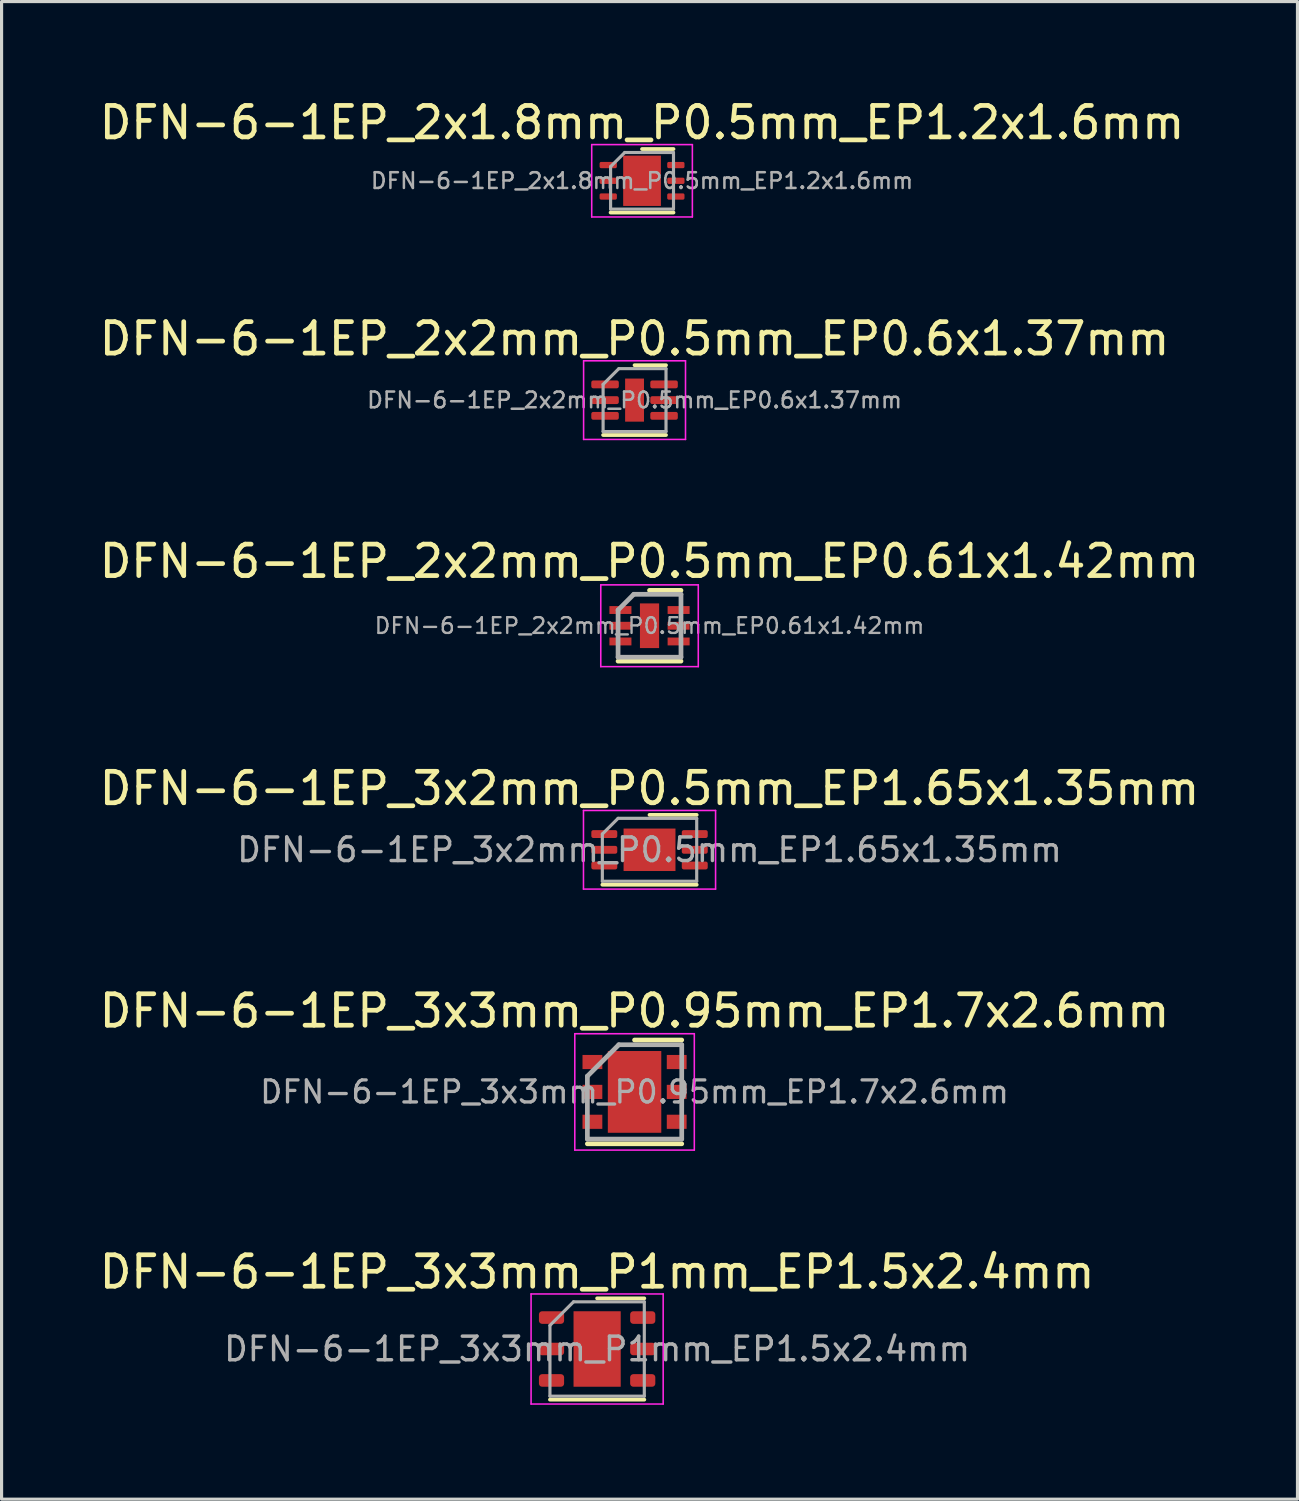
<source format=kicad_pcb>
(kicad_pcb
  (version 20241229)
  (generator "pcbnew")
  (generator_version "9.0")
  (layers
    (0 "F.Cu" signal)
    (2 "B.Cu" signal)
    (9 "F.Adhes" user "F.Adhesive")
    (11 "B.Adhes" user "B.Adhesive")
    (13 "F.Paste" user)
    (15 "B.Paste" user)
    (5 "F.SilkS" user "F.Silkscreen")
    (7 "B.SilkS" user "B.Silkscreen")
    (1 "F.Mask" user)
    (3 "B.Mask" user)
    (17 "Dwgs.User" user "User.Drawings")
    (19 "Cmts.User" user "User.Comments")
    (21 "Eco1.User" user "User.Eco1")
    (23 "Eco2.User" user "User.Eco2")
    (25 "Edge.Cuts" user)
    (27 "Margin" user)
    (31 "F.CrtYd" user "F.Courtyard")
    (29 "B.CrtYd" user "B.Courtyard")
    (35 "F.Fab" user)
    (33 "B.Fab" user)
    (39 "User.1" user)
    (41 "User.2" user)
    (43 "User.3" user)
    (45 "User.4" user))
  (footprint "DFN-6-1EP_3x2mm_P0.5mm_EP1.65x1.35mm"
    (layer "F.Cu")
    (at 17.601 23.968)
    (property "Reference" "DFN-6-1EP_3x2mm_P0.5mm_EP1.65x1.35mm" (at 0 -1.95 0) (layer "F.SilkS") (effects (font (size 1 1) (thickness 0.15))))
    (attr smd)
    (fp_line (start -1.5 1.11) (end 1.5 1.11) (stroke (width 0.12) (type solid)) (layer "F.SilkS"))
    (fp_line (start 0 -1.11) (end 1.5 -1.11) (stroke (width 0.12) (type solid)) (layer "F.SilkS"))
    (fp_line (start -2.1 -1.25) (end -2.1 1.25) (stroke (width 0.05) (type solid)) (layer "F.CrtYd"))
    (fp_line (start -2.1 1.25) (end 2.1 1.25) (stroke (width 0.05) (type solid)) (layer "F.CrtYd"))
    (fp_line (start 2.1 -1.25) (end -2.1 -1.25) (stroke (width 0.05) (type solid)) (layer "F.CrtYd"))
    (fp_line (start 2.1 1.25) (end 2.1 -1.25) (stroke (width 0.05) (type solid)) (layer "F.CrtYd"))
    (fp_line (start -1.5 -0.5) (end -1 -1) (stroke (width 0.1) (type solid)) (layer "F.Fab"))
    (fp_line (start -1.5 1) (end -1.5 -0.5) (stroke (width 0.1) (type solid)) (layer "F.Fab"))
    (fp_line (start -1 -1) (end 1.5 -1) (stroke (width 0.1) (type solid)) (layer "F.Fab"))
    (fp_line (start 1.5 -1) (end 1.5 1) (stroke (width 0.1) (type solid)) (layer "F.Fab"))
    (fp_line (start 1.5 1) (end -1.5 1) (stroke (width 0.1) (type solid)) (layer "F.Fab"))
    (fp_text user "${REFERENCE}" (at 0 0 0) (layer "F.Fab") (effects (font (size 0.75 0.75) (thickness 0.11))))
    (pad "" smd roundrect (at -0.41 -0.34) (size 0.67 0.54) (layers "F.Paste") (roundrect_rratio 0.25))
    (pad "" smd roundrect (at -0.41 0.34) (size 0.67 0.54) (layers "F.Paste") (roundrect_rratio 0.25))
    (pad "" smd roundrect (at 0.41 -0.34) (size 0.67 0.54) (layers "F.Paste") (roundrect_rratio 0.25))
    (pad "" smd roundrect (at 0.41 0.34) (size 0.67 0.54) (layers "F.Paste") (roundrect_rratio 0.25))
    (pad "1" smd roundrect (at -1.438 -0.5) (size 0.825 0.25) (layers "F.Cu" "F.Mask" "F.Paste") (roundrect_rratio 0.25))
    (pad "2" smd roundrect (at -1.438 0) (size 0.825 0.25) (layers "F.Cu" "F.Mask" "F.Paste") (roundrect_rratio 0.25))
    (pad "3" smd roundrect (at -1.438 0.5) (size 0.825 0.25) (layers "F.Cu" "F.Mask" "F.Paste") (roundrect_rratio 0.25))
    (pad "4" smd roundrect (at 1.438 0.5) (size 0.825 0.25) (layers "F.Cu" "F.Mask" "F.Paste") (roundrect_rratio 0.25))
    (pad "5" smd roundrect (at 1.438 0) (size 0.825 0.25) (layers "F.Cu" "F.Mask" "F.Paste") (roundrect_rratio 0.25))
    (pad "6" smd roundrect (at 1.438 -0.5) (size 0.825 0.25) (layers "F.Cu" "F.Mask" "F.Paste") (roundrect_rratio 0.25))
    (pad "7" smd rect (at 0 0) (size 1.65 1.35) (layers "F.Cu" "F.Mask")))
  (footprint "DFN-6-1EP_3x3mm_P0.95mm_EP1.7x2.6mm"
    (layer "F.Cu")
    (at 17.125 31.666)
    (property "Reference" "DFN-6-1EP_3x3mm_P0.95mm_EP1.7x2.6mm" (at 0 -2.575 0) (layer "F.SilkS") (effects (font (size 1 1) (thickness 0.15))))
    (attr smd)
    (fp_line (start -1.5 1.65) (end 1.5 1.65) (stroke (width 0.15) (type solid)) (layer "F.SilkS"))
    (fp_line (start 0 -1.65) (end 1.5 -1.65) (stroke (width 0.15) (type solid)) (layer "F.SilkS"))
    (fp_line (start -1.9 -1.85) (end -1.9 1.85) (stroke (width 0.05) (type solid)) (layer "F.CrtYd"))
    (fp_line (start -1.9 -1.85) (end 1.9 -1.85) (stroke (width 0.05) (type solid)) (layer "F.CrtYd"))
    (fp_line (start -1.9 1.85) (end 1.9 1.85) (stroke (width 0.05) (type solid)) (layer "F.CrtYd"))
    (fp_line (start 1.9 -1.85) (end 1.9 1.85) (stroke (width 0.05) (type solid)) (layer "F.CrtYd"))
    (fp_line (start -1.5 -0.5) (end -0.5 -1.5) (stroke (width 0.15) (type solid)) (layer "F.Fab"))
    (fp_line (start -1.5 1.5) (end -1.5 -0.5) (stroke (width 0.15) (type solid)) (layer "F.Fab"))
    (fp_line (start -0.5 -1.5) (end 1.5 -1.5) (stroke (width 0.15) (type solid)) (layer "F.Fab"))
    (fp_line (start 1.5 -1.5) (end 1.5 1.5) (stroke (width 0.15) (type solid)) (layer "F.Fab"))
    (fp_line (start 1.5 1.5) (end -1.5 1.5) (stroke (width 0.15) (type solid)) (layer "F.Fab"))
    (fp_text user "${REFERENCE}" (at 0 0 0) (layer "F.Fab") (effects (font (size 0.7 0.7) (thickness 0.105))))
    (pad "" smd rect (at -0.425 -0.866) (size 0.66 0.73) (layers "F.Paste"))
    (pad "" smd rect (at -0.425 0) (size 0.66 0.73) (layers "F.Paste"))
    (pad "" smd rect (at -0.425 0.866) (size 0.66 0.73) (layers "F.Paste"))
    (pad "" smd rect (at 0.425 -0.866) (size 0.66 0.73) (layers "F.Paste"))
    (pad "" smd rect (at 0.425 0) (size 0.66 0.73) (layers "F.Paste"))
    (pad "" smd rect (at 0.425 0.866) (size 0.66 0.73) (layers "F.Paste"))
    (pad "1" smd rect (at -1.34 -0.95) (size 0.63 0.45) (layers "F.Cu" "F.Mask" "F.Paste"))
    (pad "2" smd rect (at -1.34 0) (size 0.63 0.45) (layers "F.Cu" "F.Mask" "F.Paste"))
    (pad "3" smd rect (at -1.34 0.95) (size 0.63 0.45) (layers "F.Cu" "F.Mask" "F.Paste"))
    (pad "4" smd rect (at 1.34 0.95) (size 0.63 0.45) (layers "F.Cu" "F.Mask" "F.Paste"))
    (pad "5" smd rect (at 1.34 0) (size 0.63 0.45) (layers "F.Cu" "F.Mask" "F.Paste"))
    (pad "6" smd rect (at 1.34 -0.95) (size 0.63 0.45) (layers "F.Cu" "F.Mask" "F.Paste"))
    (pad "7" smd rect (at 0 0) (size 1.7 2.6) (layers "F.Cu" "F.Mask")))
  (footprint "DFN-6-1EP_2x1.8mm_P0.5mm_EP1.2x1.6mm"
    (layer "F.Cu")
    (at 17.363 2.698)
    (property "Reference" "DFN-6-1EP_2x1.8mm_P0.5mm_EP1.2x1.6mm" (at 0 -1.85 0) (layer "F.SilkS") (effects (font (size 1 1) (thickness 0.15))))
    (attr smd)
    (fp_line (start -1 1.01) (end 1 1.01) (stroke (width 0.12) (type solid)) (layer "F.SilkS"))
    (fp_line (start 0 -1.01) (end 1 -1.01) (stroke (width 0.12) (type solid)) (layer "F.SilkS"))
    (fp_line (start -1.6 -1.15) (end -1.6 1.15) (stroke (width 0.05) (type solid)) (layer "F.CrtYd"))
    (fp_line (start -1.6 1.15) (end 1.6 1.15) (stroke (width 0.05) (type solid)) (layer "F.CrtYd"))
    (fp_line (start 1.6 -1.15) (end -1.6 -1.15) (stroke (width 0.05) (type solid)) (layer "F.CrtYd"))
    (fp_line (start 1.6 1.15) (end 1.6 -1.15) (stroke (width 0.05) (type solid)) (layer "F.CrtYd"))
    (fp_line (start -1 -0.45) (end -0.55 -0.9) (stroke (width 0.1) (type solid)) (layer "F.Fab"))
    (fp_line (start -1 0.9) (end -1 -0.45) (stroke (width 0.1) (type solid)) (layer "F.Fab"))
    (fp_line (start -0.55 -0.9) (end 1 -0.9) (stroke (width 0.1) (type solid)) (layer "F.Fab"))
    (fp_line (start 1 -0.9) (end 1 0.9) (stroke (width 0.1) (type solid)) (layer "F.Fab"))
    (fp_line (start 1 0.9) (end -1 0.9) (stroke (width 0.1) (type solid)) (layer "F.Fab"))
    (fp_text user "${REFERENCE}" (at 0 0 0) (layer "F.Fab") (effects (font (size 0.5 0.5) (thickness 0.08))))
    (pad "" smd roundrect (at -0.3 -0.4) (size 0.48 0.64) (layers "F.Paste") (roundrect_rratio 0.25))
    (pad "" smd roundrect (at -0.3 0.4) (size 0.48 0.64) (layers "F.Paste") (roundrect_rratio 0.25))
    (pad "" smd roundrect (at 0.3 -0.4) (size 0.48 0.64) (layers "F.Paste") (roundrect_rratio 0.25))
    (pad "" smd roundrect (at 0.3 0.4) (size 0.48 0.64) (layers "F.Paste") (roundrect_rratio 0.25))
    (pad "1" smd roundrect (at -1.075 -0.5) (size 0.55 0.2) (layers "F.Cu" "F.Mask" "F.Paste") (roundrect_rratio 0.25))
    (pad "2" smd roundrect (at -1.075 0) (size 0.55 0.2) (layers "F.Cu" "F.Mask" "F.Paste") (roundrect_rratio 0.25))
    (pad "3" smd roundrect (at -1.075 0.5) (size 0.55 0.2) (layers "F.Cu" "F.Mask" "F.Paste") (roundrect_rratio 0.25))
    (pad "4" smd roundrect (at 1.075 0.5) (size 0.55 0.2) (layers "F.Cu" "F.Mask" "F.Paste") (roundrect_rratio 0.25))
    (pad "5" smd roundrect (at 1.075 0) (size 0.55 0.2) (layers "F.Cu" "F.Mask" "F.Paste") (roundrect_rratio 0.25))
    (pad "6" smd roundrect (at 1.075 -0.5) (size 0.55 0.2) (layers "F.Cu" "F.Mask" "F.Paste") (roundrect_rratio 0.25))
    (pad "7" smd rect (at 0 0) (size 1.2 1.6) (layers "F.Cu" "F.Mask")))
  (footprint "DFN-6-1EP_2x2mm_P0.5mm_EP0.6x1.37mm"
    (layer "F.Cu")
    (at 17.125 9.671)
    (property "Reference" "DFN-6-1EP_2x2mm_P0.5mm_EP0.6x1.37mm" (at 0 -1.95 0) (layer "F.SilkS") (effects (font (size 1 1) (thickness 0.15))))
    (attr smd)
    (fp_line (start -1 1.11) (end 1 1.11) (stroke (width 0.12) (type solid)) (layer "F.SilkS"))
    (fp_line (start 0 -1.11) (end 1 -1.11) (stroke (width 0.12) (type solid)) (layer "F.SilkS"))
    (fp_line (start -1.62 -1.25) (end -1.62 1.25) (stroke (width 0.05) (type solid)) (layer "F.CrtYd"))
    (fp_line (start -1.62 1.25) (end 1.62 1.25) (stroke (width 0.05) (type solid)) (layer "F.CrtYd"))
    (fp_line (start 1.62 -1.25) (end -1.62 -1.25) (stroke (width 0.05) (type solid)) (layer "F.CrtYd"))
    (fp_line (start 1.62 1.25) (end 1.62 -1.25) (stroke (width 0.05) (type solid)) (layer "F.CrtYd"))
    (fp_line (start -1 -0.5) (end -0.5 -1) (stroke (width 0.1) (type solid)) (layer "F.Fab"))
    (fp_line (start -1 1) (end -1 -0.5) (stroke (width 0.1) (type solid)) (layer "F.Fab"))
    (fp_line (start -0.5 -1) (end 1 -1) (stroke (width 0.1) (type solid)) (layer "F.Fab"))
    (fp_line (start 1 -1) (end 1 1) (stroke (width 0.1) (type solid)) (layer "F.Fab"))
    (fp_line (start 1 1) (end -1 1) (stroke (width 0.1) (type solid)) (layer "F.Fab"))
    (fp_text user "${REFERENCE}" (at 0 0 0) (layer "F.Fab") (effects (font (size 0.5 0.5) (thickness 0.08))))
    (pad "" smd roundrect (at 0 -0.34) (size 0.48 0.55) (layers "F.Paste") (roundrect_rratio 0.25))
    (pad "" smd roundrect (at 0 0.34) (size 0.48 0.55) (layers "F.Paste") (roundrect_rratio 0.25))
    (pad "1" smd roundrect (at -0.938 -0.5) (size 0.875 0.25) (layers "F.Cu" "F.Mask" "F.Paste") (roundrect_rratio 0.25))
    (pad "2" smd roundrect (at -0.938 0) (size 0.875 0.25) (layers "F.Cu" "F.Mask" "F.Paste") (roundrect_rratio 0.25))
    (pad "3" smd roundrect (at -0.938 0.5) (size 0.875 0.25) (layers "F.Cu" "F.Mask" "F.Paste") (roundrect_rratio 0.25))
    (pad "4" smd roundrect (at 0.938 0.5) (size 0.875 0.25) (layers "F.Cu" "F.Mask" "F.Paste") (roundrect_rratio 0.25))
    (pad "5" smd roundrect (at 0.938 0) (size 0.875 0.25) (layers "F.Cu" "F.Mask" "F.Paste") (roundrect_rratio 0.25))
    (pad "6" smd roundrect (at 0.938 -0.5) (size 0.875 0.25) (layers "F.Cu" "F.Mask" "F.Paste") (roundrect_rratio 0.25))
    (pad "7" smd rect (at 0 0) (size 0.6 1.37) (layers "F.Cu" "F.Mask")))
  (footprint "DFN-6-1EP_2x2mm_P0.5mm_EP0.61x1.42mm"
    (layer "F.Cu")
    (at 17.601 16.845)
    (property "Reference" "DFN-6-1EP_2x2mm_P0.5mm_EP0.61x1.42mm" (at 0 -2.05 0) (layer "F.SilkS") (effects (font (size 1 1) (thickness 0.15))))
    (attr smd)
    (fp_line (start -1 1.125) (end 1 1.125) (stroke (width 0.15) (type solid)) (layer "F.SilkS"))
    (fp_line (start 0 -1.125) (end 1 -1.125) (stroke (width 0.15) (type solid)) (layer "F.SilkS"))
    (fp_line (start -1.55 -1.3) (end -1.55 1.3) (stroke (width 0.05) (type solid)) (layer "F.CrtYd"))
    (fp_line (start -1.55 -1.3) (end 1.55 -1.3) (stroke (width 0.05) (type solid)) (layer "F.CrtYd"))
    (fp_line (start -1.55 1.3) (end 1.55 1.3) (stroke (width 0.05) (type solid)) (layer "F.CrtYd"))
    (fp_line (start 1.55 -1.3) (end 1.55 1.3) (stroke (width 0.05) (type solid)) (layer "F.CrtYd"))
    (fp_line (start -1 -0.5) (end -0.5 -1) (stroke (width 0.15) (type solid)) (layer "F.Fab"))
    (fp_line (start -1 1) (end -1 -0.5) (stroke (width 0.15) (type solid)) (layer "F.Fab"))
    (fp_line (start -0.5 -1) (end 1 -1) (stroke (width 0.15) (type solid)) (layer "F.Fab"))
    (fp_line (start 1 -1) (end 1 1) (stroke (width 0.15) (type solid)) (layer "F.Fab"))
    (fp_line (start 1 1) (end -1 1) (stroke (width 0.15) (type solid)) (layer "F.Fab"))
    (fp_text user "${REFERENCE}" (at 0 0 0) (layer "F.Fab") (effects (font (size 0.5 0.5) (thickness 0.075))))
    (pad "" smd rect (at 0 -0.355) (size 0.5 0.56) (layers "F.Paste"))
    (pad "" smd rect (at 0 0.355) (size 0.5 0.56) (layers "F.Paste"))
    (pad "1" smd rect (at -0.925 -0.5) (size 0.7 0.25) (layers "F.Cu" "F.Mask" "F.Paste"))
    (pad "2" smd rect (at -0.925 0) (size 0.7 0.25) (layers "F.Cu" "F.Mask" "F.Paste"))
    (pad "3" smd rect (at -0.925 0.5) (size 0.7 0.25) (layers "F.Cu" "F.Mask" "F.Paste"))
    (pad "4" smd rect (at 0.925 0.5) (size 0.7 0.25) (layers "F.Cu" "F.Mask" "F.Paste"))
    (pad "5" smd rect (at 0.925 0) (size 0.7 0.25) (layers "F.Cu" "F.Mask" "F.Paste"))
    (pad "6" smd rect (at 0.925 -0.5) (size 0.7 0.25) (layers "F.Cu" "F.Mask" "F.Paste"))
    (pad "7" smd rect (at 0 0) (size 0.61 1.42) (layers "F.Cu" "F.Mask")))
  (footprint "DFN-6-1EP_3x3mm_P1mm_EP1.5x2.4mm"
    (layer "F.Cu")
    (at 15.935 39.84)
    (property "Reference" "DFN-6-1EP_3x3mm_P1mm_EP1.5x2.4mm" (at 0 -2.45 0) (layer "F.SilkS") (effects (font (size 1 1) (thickness 0.15))))
    (attr smd)
    (fp_line (start -1.5 1.61) (end 1.5 1.61) (stroke (width 0.12) (type solid)) (layer "F.SilkS"))
    (fp_line (start 0 -1.61) (end 1.5 -1.61) (stroke (width 0.12) (type solid)) (layer "F.SilkS"))
    (fp_line (start -2.1 -1.75) (end -2.1 1.75) (stroke (width 0.05) (type solid)) (layer "F.CrtYd"))
    (fp_line (start -2.1 1.75) (end 2.1 1.75) (stroke (width 0.05) (type solid)) (layer "F.CrtYd"))
    (fp_line (start 2.1 -1.75) (end -2.1 -1.75) (stroke (width 0.05) (type solid)) (layer "F.CrtYd"))
    (fp_line (start 2.1 1.75) (end 2.1 -1.75) (stroke (width 0.05) (type solid)) (layer "F.CrtYd"))
    (fp_line (start -1.5 -0.75) (end -0.75 -1.5) (stroke (width 0.1) (type solid)) (layer "F.Fab"))
    (fp_line (start -1.5 1.5) (end -1.5 -0.75) (stroke (width 0.1) (type solid)) (layer "F.Fab"))
    (fp_line (start -0.75 -1.5) (end 1.5 -1.5) (stroke (width 0.1) (type solid)) (layer "F.Fab"))
    (fp_line (start 1.5 -1.5) (end 1.5 1.5) (stroke (width 0.1) (type solid)) (layer "F.Fab"))
    (fp_line (start 1.5 1.5) (end -1.5 1.5) (stroke (width 0.1) (type solid)) (layer "F.Fab"))
    (fp_text user "${REFERENCE}" (at 0 0 0) (layer "F.Fab") (effects (font (size 0.75 0.75) (thickness 0.11))))
    (pad "" smd roundrect (at -0.375 -0.6) (size 0.6 0.97) (layers "F.Paste") (roundrect_rratio 0.25))
    (pad "" smd roundrect (at -0.375 0.6) (size 0.6 0.97) (layers "F.Paste") (roundrect_rratio 0.25))
    (pad "" smd roundrect (at 0.375 -0.6) (size 0.6 0.97) (layers "F.Paste") (roundrect_rratio 0.25))
    (pad "" smd roundrect (at 0.375 0.6) (size 0.6 0.97) (layers "F.Paste") (roundrect_rratio 0.25))
    (pad "1" smd roundrect (at -1.45 -1) (size 0.8 0.4) (layers "F.Cu" "F.Mask" "F.Paste") (roundrect_rratio 0.25))
    (pad "2" smd roundrect (at -1.45 0) (size 0.8 0.4) (layers "F.Cu" "F.Mask" "F.Paste") (roundrect_rratio 0.25))
    (pad "3" smd roundrect (at -1.45 1) (size 0.8 0.4) (layers "F.Cu" "F.Mask" "F.Paste") (roundrect_rratio 0.25))
    (pad "4" smd roundrect (at 1.45 1) (size 0.8 0.4) (layers "F.Cu" "F.Mask" "F.Paste") (roundrect_rratio 0.25))
    (pad "5" smd roundrect (at 1.45 0) (size 0.8 0.4) (layers "F.Cu" "F.Mask" "F.Paste") (roundrect_rratio 0.25))
    (pad "6" smd roundrect (at 1.45 -1) (size 0.8 0.4) (layers "F.Cu" "F.Mask" "F.Paste") (roundrect_rratio 0.25))
    (pad "7" smd rect (at 0 0) (size 1.5 2.4) (layers "F.Cu" "F.Mask")))
  (gr_rect
    (start -3 -3)
    (end 38.202 44.614)
    (stroke (width 0.1) (type default))
    (fill no)
    (layer "Edge.Cuts")))
</source>
